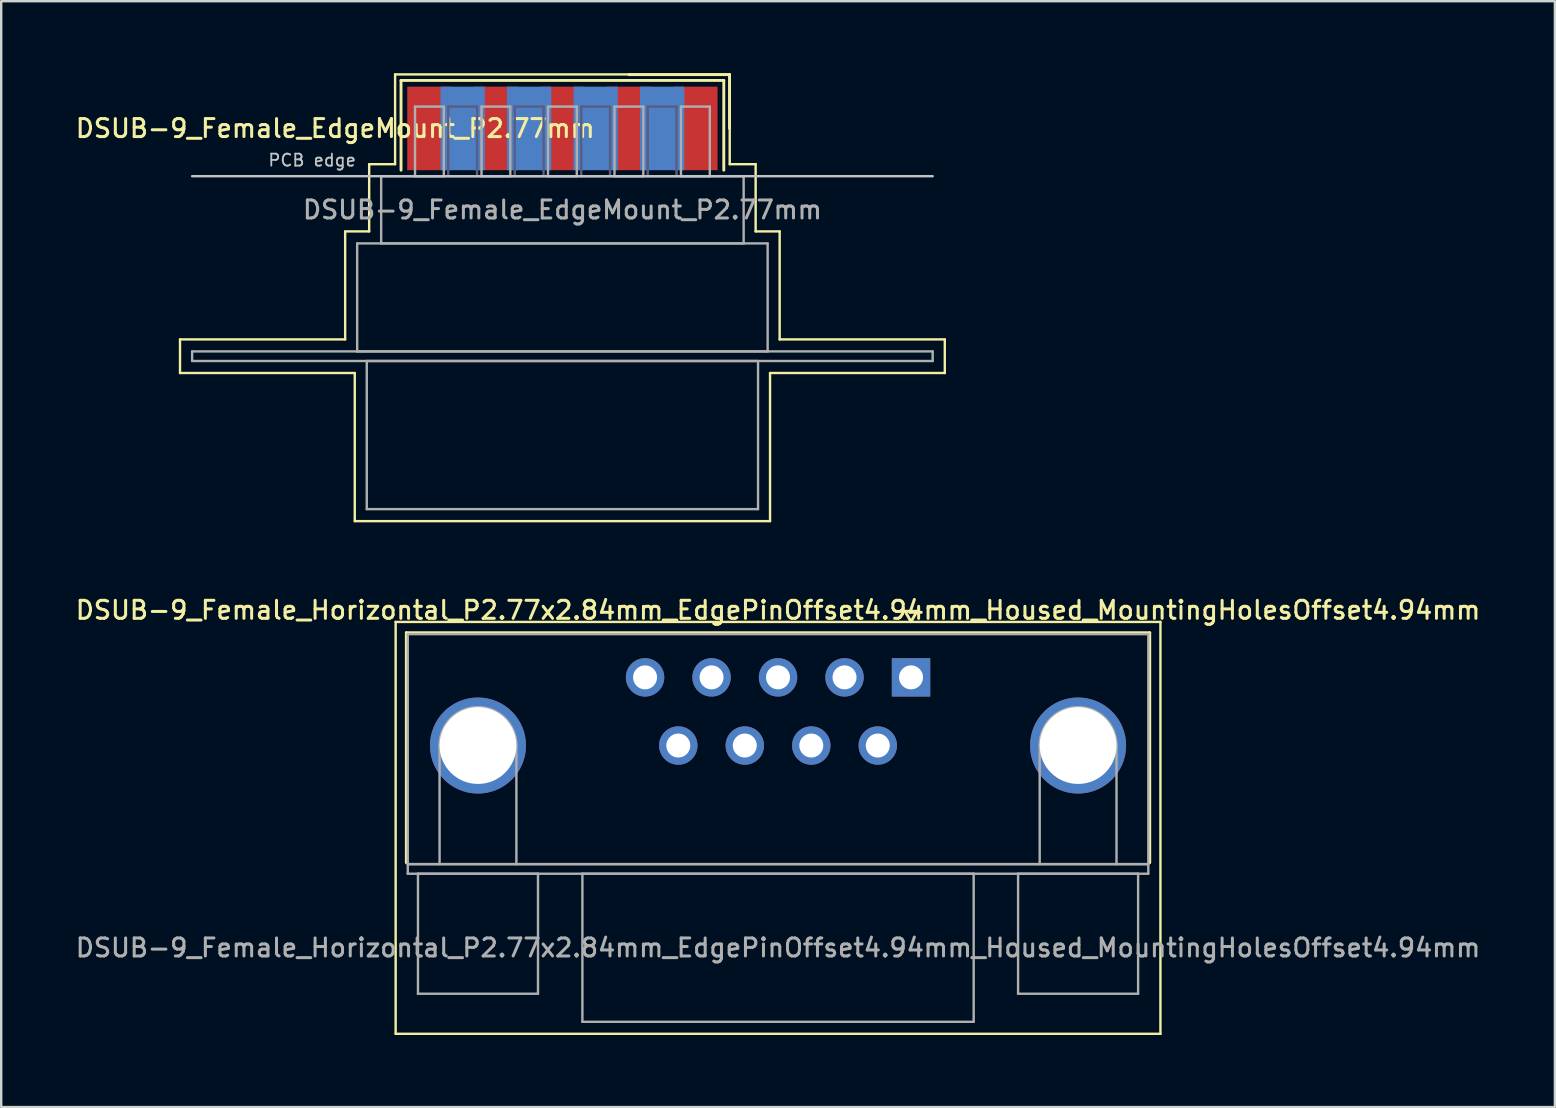
<source format=kicad_pcb>
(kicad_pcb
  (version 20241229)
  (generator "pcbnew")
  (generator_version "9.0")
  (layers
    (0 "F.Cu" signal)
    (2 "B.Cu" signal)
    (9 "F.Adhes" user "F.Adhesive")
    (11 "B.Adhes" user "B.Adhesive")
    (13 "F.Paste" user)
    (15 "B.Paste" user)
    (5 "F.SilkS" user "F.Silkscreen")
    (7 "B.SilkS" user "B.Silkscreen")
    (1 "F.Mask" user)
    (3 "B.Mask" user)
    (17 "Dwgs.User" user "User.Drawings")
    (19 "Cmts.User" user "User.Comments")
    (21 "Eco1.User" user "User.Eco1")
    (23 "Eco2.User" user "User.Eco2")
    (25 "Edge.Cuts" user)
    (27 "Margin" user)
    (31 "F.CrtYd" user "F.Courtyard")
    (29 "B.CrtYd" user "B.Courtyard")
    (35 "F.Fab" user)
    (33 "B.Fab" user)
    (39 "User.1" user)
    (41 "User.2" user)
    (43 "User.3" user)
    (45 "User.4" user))
  (footprint "DSUB-9_Female_Horizontal_P2.77x2.84mm_EdgePinOffset4.94mm_Housed_MountingHolesOffset4.94mm"
    (layer "F.Cu")
    (at 34.902 25.168)
    (property "Reference" "DSUB-9_Female_Horizontal_P2.77x2.84mm_EdgePinOffset4.94mm_Housed_MountingHolesOffset4.94mm" (at -5.54 -2.8 0) (layer "F.SilkS") (effects (font (size 0.75 0.75) (thickness 0.125))))
    (attr through_hole)
    (fp_line (start -21.47 -2.31) (end -21.47 14.85) (stroke (width 0.1) (type solid)) (layer "F.SilkS"))
    (fp_line (start -21.47 14.85) (end 10.39 14.85) (stroke (width 0.1) (type solid)) (layer "F.SilkS"))
    (fp_line (start -21.025 -1.86) (end 9.945 -1.86) (stroke (width 0.12) (type solid)) (layer "F.SilkS"))
    (fp_line (start -21.025 7.72) (end -21.025 -1.86) (stroke (width 0.12) (type solid)) (layer "F.SilkS"))
    (fp_line (start -0.25 -2.754) (end 0.25 -2.754) (stroke (width 0.12) (type solid)) (layer "F.SilkS"))
    (fp_line (start 0 -2.321) (end -0.25 -2.754) (stroke (width 0.12) (type solid)) (layer "F.SilkS"))
    (fp_line (start 0.25 -2.754) (end 0 -2.321) (stroke (width 0.12) (type solid)) (layer "F.SilkS"))
    (fp_line (start 9.945 -1.86) (end 9.945 7.72) (stroke (width 0.12) (type solid)) (layer "F.SilkS"))
    (fp_line (start 10.39 -2.31) (end -21.47 -2.31) (stroke (width 0.1) (type solid)) (layer "F.SilkS"))
    (fp_line (start 10.39 14.85) (end 10.39 -2.31) (stroke (width 0.1) (type solid)) (layer "F.SilkS"))
    (fp_line (start -20.965 -1.8) (end -20.965 7.78) (stroke (width 0.1) (type solid)) (layer "F.Fab"))
    (fp_line (start -20.965 7.78) (end -20.965 8.18) (stroke (width 0.1) (type solid)) (layer "F.Fab"))
    (fp_line (start -20.965 7.78) (end 9.885 7.78) (stroke (width 0.1) (type solid)) (layer "F.Fab"))
    (fp_line (start -20.965 8.18) (end 9.885 8.18) (stroke (width 0.1) (type solid)) (layer "F.Fab"))
    (fp_line (start -20.54 8.18) (end -20.54 13.18) (stroke (width 0.1) (type solid)) (layer "F.Fab"))
    (fp_line (start -20.54 13.18) (end -15.54 13.18) (stroke (width 0.1) (type solid)) (layer "F.Fab"))
    (fp_line (start -19.64 7.78) (end -19.64 2.84) (stroke (width 0.1) (type solid)) (layer "F.Fab"))
    (fp_line (start -16.44 7.78) (end -16.44 2.84) (stroke (width 0.1) (type solid)) (layer "F.Fab"))
    (fp_line (start -15.54 8.18) (end -20.54 8.18) (stroke (width 0.1) (type solid)) (layer "F.Fab"))
    (fp_line (start -15.54 13.18) (end -15.54 8.18) (stroke (width 0.1) (type solid)) (layer "F.Fab"))
    (fp_line (start -13.69 8.18) (end -13.69 14.35) (stroke (width 0.1) (type solid)) (layer "F.Fab"))
    (fp_line (start -13.69 14.35) (end 2.61 14.35) (stroke (width 0.1) (type solid)) (layer "F.Fab"))
    (fp_line (start 2.61 8.18) (end -13.69 8.18) (stroke (width 0.1) (type solid)) (layer "F.Fab"))
    (fp_line (start 2.61 14.35) (end 2.61 8.18) (stroke (width 0.1) (type solid)) (layer "F.Fab"))
    (fp_line (start 4.46 8.18) (end 4.46 13.18) (stroke (width 0.1) (type solid)) (layer "F.Fab"))
    (fp_line (start 4.46 13.18) (end 9.46 13.18) (stroke (width 0.1) (type solid)) (layer "F.Fab"))
    (fp_line (start 5.36 7.78) (end 5.36 2.84) (stroke (width 0.1) (type solid)) (layer "F.Fab"))
    (fp_line (start 8.56 7.78) (end 8.56 2.84) (stroke (width 0.1) (type solid)) (layer "F.Fab"))
    (fp_line (start 9.46 8.18) (end 4.46 8.18) (stroke (width 0.1) (type solid)) (layer "F.Fab"))
    (fp_line (start 9.46 13.18) (end 9.46 8.18) (stroke (width 0.1) (type solid)) (layer "F.Fab"))
    (fp_line (start 9.885 -1.8) (end -20.965 -1.8) (stroke (width 0.1) (type solid)) (layer "F.Fab"))
    (fp_line (start 9.885 7.78) (end -20.965 7.78) (stroke (width 0.1) (type solid)) (layer "F.Fab"))
    (fp_line (start 9.885 7.78) (end 9.885 -1.8) (stroke (width 0.1) (type solid)) (layer "F.Fab"))
    (fp_line (start 9.885 8.18) (end 9.885 7.78) (stroke (width 0.1) (type solid)) (layer "F.Fab"))
    (fp_arc (start -19.64 2.84) (mid -18.04 1.24) (end -16.44 2.84) (stroke (width 0.1) (type solid)) (layer "F.Fab"))
    (fp_arc (start 5.36 2.84) (mid 6.96 1.24) (end 8.56 2.84) (stroke (width 0.1) (type solid)) (layer "F.Fab"))
    (fp_text user "${REFERENCE}" (at -5.54 11.265 0) (layer "F.Fab") (effects (font (size 0.75 0.75) (thickness 0.125))))
    (pad "0" thru_hole circle (at -18.04 2.84) (size 4 4) (drill 3.2) (layers "*.Cu" "*.Mask"))
    (pad "0" thru_hole circle (at 6.96 2.84) (size 4 4) (drill 3.2) (layers "*.Cu" "*.Mask"))
    (pad "1" thru_hole rect (at 0 0) (size 1.6 1.6) (drill 1) (layers "*.Cu" "*.Mask"))
    (pad "2" thru_hole circle (at -2.77 0) (size 1.6 1.6) (drill 1) (layers "*.Cu" "*.Mask"))
    (pad "3" thru_hole circle (at -5.54 0) (size 1.6 1.6) (drill 1) (layers "*.Cu" "*.Mask"))
    (pad "4" thru_hole circle (at -8.31 0) (size 1.6 1.6) (drill 1) (layers "*.Cu" "*.Mask"))
    (pad "5" thru_hole circle (at -11.08 0) (size 1.6 1.6) (drill 1) (layers "*.Cu" "*.Mask"))
    (pad "6" thru_hole circle (at -1.385 2.84) (size 1.6 1.6) (drill 1) (layers "*.Cu" "*.Mask"))
    (pad "7" thru_hole circle (at -4.155 2.84) (size 1.6 1.6) (drill 1) (layers "*.Cu" "*.Mask"))
    (pad "8" thru_hole circle (at -6.925 2.84) (size 1.6 1.6) (drill 1) (layers "*.Cu" "*.Mask"))
    (pad "9" thru_hole circle (at -9.695 2.84) (size 1.6 1.6) (drill 1) (layers "*.Cu" "*.Mask")))
  (footprint "DSUB-9_Female_EdgeMount_P2.77mm"
    (layer "F.Cu")
    (at 20.379 2.3)
    (property "Reference" "DSUB-9_Female_EdgeMount_P2.77mm" (at -9.463 0 0) (layer "F.SilkS") (effects (font (size 0.75 0.75) (thickness 0.125))))
    (attr smd)
    (fp_line (start -15.93 8.79) (end -9.05 8.79) (stroke (width 0.1) (type solid)) (layer "F.SilkS"))
    (fp_line (start -15.93 10.19) (end -15.93 8.79) (stroke (width 0.1) (type solid)) (layer "F.SilkS"))
    (fp_line (start -9.05 4.29) (end -8.05 4.29) (stroke (width 0.1) (type solid)) (layer "F.SilkS"))
    (fp_line (start -9.05 8.79) (end -9.05 4.29) (stroke (width 0.1) (type solid)) (layer "F.SilkS"))
    (fp_line (start -8.65 10.19) (end -15.93 10.19) (stroke (width 0.1) (type solid)) (layer "F.SilkS"))
    (fp_line (start -8.65 16.36) (end -8.65 10.19) (stroke (width 0.1) (type solid)) (layer "F.SilkS"))
    (fp_line (start -8.05 1.49) (end -6.97 1.49) (stroke (width 0.1) (type solid)) (layer "F.SilkS"))
    (fp_line (start -8.05 4.29) (end -8.05 1.49) (stroke (width 0.1) (type solid)) (layer "F.SilkS"))
    (fp_line (start -6.97 -2.25) (end 6.97 -2.25) (stroke (width 0.1) (type solid)) (layer "F.SilkS"))
    (fp_line (start -6.97 1.49) (end -6.97 -2.25) (stroke (width 0.1) (type solid)) (layer "F.SilkS"))
    (fp_line (start -6.723 -2) (end -6.723 1.74) (stroke (width 0.12) (type solid)) (layer "F.SilkS"))
    (fp_line (start 6.723 -2) (end -6.723 -2) (stroke (width 0.12) (type solid)) (layer "F.SilkS"))
    (fp_line (start 6.723 1.74) (end 6.723 -2) (stroke (width 0.12) (type solid)) (layer "F.SilkS"))
    (fp_line (start 6.963 -2.24) (end 2.77 -2.24) (stroke (width 0.12) (type solid)) (layer "F.SilkS"))
    (fp_line (start 6.963 0) (end 6.963 -2.24) (stroke (width 0.12) (type solid)) (layer "F.SilkS"))
    (fp_line (start 6.97 -2.25) (end 6.97 1.49) (stroke (width 0.1) (type solid)) (layer "F.SilkS"))
    (fp_line (start 6.97 1.49) (end 8.05 1.49) (stroke (width 0.1) (type solid)) (layer "F.SilkS"))
    (fp_line (start 8.05 1.49) (end 8.05 4.29) (stroke (width 0.1) (type solid)) (layer "F.SilkS"))
    (fp_line (start 8.05 4.29) (end 9.05 4.29) (stroke (width 0.1) (type solid)) (layer "F.SilkS"))
    (fp_line (start 8.65 10.19) (end 8.65 16.36) (stroke (width 0.1) (type solid)) (layer "F.SilkS"))
    (fp_line (start 8.65 16.36) (end -8.65 16.36) (stroke (width 0.1) (type solid)) (layer "F.SilkS"))
    (fp_line (start 9.05 4.29) (end 9.05 8.79) (stroke (width 0.1) (type solid)) (layer "F.SilkS"))
    (fp_line (start 9.05 8.79) (end 15.93 8.79) (stroke (width 0.1) (type solid)) (layer "F.SilkS"))
    (fp_line (start 15.93 8.79) (end 15.93 10.19) (stroke (width 0.1) (type solid)) (layer "F.SilkS"))
    (fp_line (start 15.93 10.19) (end 8.65 10.19) (stroke (width 0.1) (type solid)) (layer "F.SilkS"))
    (fp_line (start -15.425 1.99) (end 15.425 1.99) (stroke (width 0.1) (type solid)) (layer "Dwgs.User"))
    (fp_line (start -4.755 -0.91) (end -4.755 1.99) (stroke (width 0.1) (type solid)) (layer "B.Fab"))
    (fp_line (start -4.755 1.99) (end -3.555 1.99) (stroke (width 0.1) (type solid)) (layer "B.Fab"))
    (fp_line (start -3.555 -0.91) (end -4.755 -0.91) (stroke (width 0.1) (type solid)) (layer "B.Fab"))
    (fp_line (start -3.555 1.99) (end -3.555 -0.91) (stroke (width 0.1) (type solid)) (layer "B.Fab"))
    (fp_line (start -1.985 -0.91) (end -1.985 1.99) (stroke (width 0.1) (type solid)) (layer "B.Fab"))
    (fp_line (start -1.985 1.99) (end -0.785 1.99) (stroke (width 0.1) (type solid)) (layer "B.Fab"))
    (fp_line (start -0.785 -0.91) (end -1.985 -0.91) (stroke (width 0.1) (type solid)) (layer "B.Fab"))
    (fp_line (start -0.785 1.99) (end -0.785 -0.91) (stroke (width 0.1) (type solid)) (layer "B.Fab"))
    (fp_line (start 0.785 -0.91) (end 0.785 1.99) (stroke (width 0.1) (type solid)) (layer "B.Fab"))
    (fp_line (start 0.785 1.99) (end 1.985 1.99) (stroke (width 0.1) (type solid)) (layer "B.Fab"))
    (fp_line (start 1.985 -0.91) (end 0.785 -0.91) (stroke (width 0.1) (type solid)) (layer "B.Fab"))
    (fp_line (start 1.985 1.99) (end 1.985 -0.91) (stroke (width 0.1) (type solid)) (layer "B.Fab"))
    (fp_line (start 3.555 -0.91) (end 3.555 1.99) (stroke (width 0.1) (type solid)) (layer "B.Fab"))
    (fp_line (start 3.555 1.99) (end 4.755 1.99) (stroke (width 0.1) (type solid)) (layer "B.Fab"))
    (fp_line (start 4.755 -0.91) (end 3.555 -0.91) (stroke (width 0.1) (type solid)) (layer "B.Fab"))
    (fp_line (start 4.755 1.99) (end 4.755 -0.91) (stroke (width 0.1) (type solid)) (layer "B.Fab"))
    (fp_line (start -15.425 9.29) (end -15.425 9.69) (stroke (width 0.1) (type solid)) (layer "F.Fab"))
    (fp_line (start -15.425 9.69) (end 15.425 9.69) (stroke (width 0.1) (type solid)) (layer "F.Fab"))
    (fp_line (start -8.55 4.79) (end -8.55 9.29) (stroke (width 0.1) (type solid)) (layer "F.Fab"))
    (fp_line (start -8.55 9.29) (end 8.55 9.29) (stroke (width 0.1) (type solid)) (layer "F.Fab"))
    (fp_line (start -8.15 9.69) (end -8.15 15.86) (stroke (width 0.1) (type solid)) (layer "F.Fab"))
    (fp_line (start -8.15 15.86) (end 8.15 15.86) (stroke (width 0.1) (type solid)) (layer "F.Fab"))
    (fp_line (start -7.55 1.99) (end -7.55 4.79) (stroke (width 0.1) (type solid)) (layer "F.Fab"))
    (fp_line (start -7.55 4.79) (end 7.55 4.79) (stroke (width 0.1) (type solid)) (layer "F.Fab"))
    (fp_line (start -6.14 -0.91) (end -6.14 1.99) (stroke (width 0.1) (type solid)) (layer "F.Fab"))
    (fp_line (start -6.14 1.99) (end -4.94 1.99) (stroke (width 0.1) (type solid)) (layer "F.Fab"))
    (fp_line (start -4.94 -0.91) (end -6.14 -0.91) (stroke (width 0.1) (type solid)) (layer "F.Fab"))
    (fp_line (start -4.94 1.99) (end -4.94 -0.91) (stroke (width 0.1) (type solid)) (layer "F.Fab"))
    (fp_line (start -3.37 -0.91) (end -3.37 1.99) (stroke (width 0.1) (type solid)) (layer "F.Fab"))
    (fp_line (start -3.37 1.99) (end -2.17 1.99) (stroke (width 0.1) (type solid)) (layer "F.Fab"))
    (fp_line (start -2.17 -0.91) (end -3.37 -0.91) (stroke (width 0.1) (type solid)) (layer "F.Fab"))
    (fp_line (start -2.17 1.99) (end -2.17 -0.91) (stroke (width 0.1) (type solid)) (layer "F.Fab"))
    (fp_line (start -0.6 -0.91) (end -0.6 1.99) (stroke (width 0.1) (type solid)) (layer "F.Fab"))
    (fp_line (start -0.6 1.99) (end 0.6 1.99) (stroke (width 0.1) (type solid)) (layer "F.Fab"))
    (fp_line (start 0.6 -0.91) (end -0.6 -0.91) (stroke (width 0.1) (type solid)) (layer "F.Fab"))
    (fp_line (start 0.6 1.99) (end 0.6 -0.91) (stroke (width 0.1) (type solid)) (layer "F.Fab"))
    (fp_line (start 2.17 -0.91) (end 2.17 1.99) (stroke (width 0.1) (type solid)) (layer "F.Fab"))
    (fp_line (start 2.17 1.99) (end 3.37 1.99) (stroke (width 0.1) (type solid)) (layer "F.Fab"))
    (fp_line (start 3.37 -0.91) (end 2.17 -0.91) (stroke (width 0.1) (type solid)) (layer "F.Fab"))
    (fp_line (start 3.37 1.99) (end 3.37 -0.91) (stroke (width 0.1) (type solid)) (layer "F.Fab"))
    (fp_line (start 4.94 -0.91) (end 4.94 1.99) (stroke (width 0.1) (type solid)) (layer "F.Fab"))
    (fp_line (start 4.94 1.99) (end 6.14 1.99) (stroke (width 0.1) (type solid)) (layer "F.Fab"))
    (fp_line (start 6.14 -0.91) (end 4.94 -0.91) (stroke (width 0.1) (type solid)) (layer "F.Fab"))
    (fp_line (start 6.14 1.99) (end 6.14 -0.91) (stroke (width 0.1) (type solid)) (layer "F.Fab"))
    (fp_line (start 7.55 1.99) (end -7.55 1.99) (stroke (width 0.1) (type solid)) (layer "F.Fab"))
    (fp_line (start 7.55 4.79) (end 7.55 1.99) (stroke (width 0.1) (type solid)) (layer "F.Fab"))
    (fp_line (start 8.15 9.69) (end -8.15 9.69) (stroke (width 0.1) (type solid)) (layer "F.Fab"))
    (fp_line (start 8.15 15.86) (end 8.15 9.69) (stroke (width 0.1) (type solid)) (layer "F.Fab"))
    (fp_line (start 8.55 4.79) (end -8.55 4.79) (stroke (width 0.1) (type solid)) (layer "F.Fab"))
    (fp_line (start 8.55 9.29) (end 8.55 4.79) (stroke (width 0.1) (type solid)) (layer "F.Fab"))
    (fp_line (start 15.425 9.29) (end -15.425 9.29) (stroke (width 0.1) (type solid)) (layer "F.Fab"))
    (fp_line (start 15.425 9.69) (end 15.425 9.29) (stroke (width 0.1) (type solid)) (layer "F.Fab"))
    (fp_text user "PCB edge" (at -10.425 1.323 0) (layer "Dwgs.User") (effects (font (size 0.5 0.5) (thickness 0.075))))
    (fp_text user "${REFERENCE}" (at 0 3.39 0) (layer "F.Fab") (effects (font (size 0.75 0.75) (thickness 0.125))))
    (pad "1" smd rect (at 5.54 0) (size 1.847 3.48) (layers "F.Cu" "F.Mask" "F.Paste"))
    (pad "2" smd rect (at 2.77 0) (size 1.847 3.48) (layers "F.Cu" "F.Mask" "F.Paste"))
    (pad "3" smd rect (at 0 0) (size 1.847 3.48) (layers "F.Cu" "F.Mask" "F.Paste"))
    (pad "4" smd rect (at -2.77 0) (size 1.847 3.48) (layers "F.Cu" "F.Mask" "F.Paste"))
    (pad "5" smd rect (at -5.54 0) (size 1.847 3.48) (layers "F.Cu" "F.Mask" "F.Paste"))
    (pad "6" smd rect (at 4.155 0) (size 1.847 3.48) (layers "B.Cu" "B.Mask" "B.Paste"))
    (pad "7" smd rect (at 1.385 0) (size 1.847 3.48) (layers "B.Cu" "B.Mask" "B.Paste"))
    (pad "8" smd rect (at -1.385 0) (size 1.847 3.48) (layers "B.Cu" "B.Mask" "B.Paste"))
    (pad "9" smd rect (at -4.155 0) (size 1.847 3.48) (layers "B.Cu" "B.Mask" "B.Paste")))
  (gr_rect
    (start -3 -3)
    (end 61.725 43.068)
    (stroke (width 0.1) (type default))
    (fill no)
    (layer "Edge.Cuts")))
</source>
